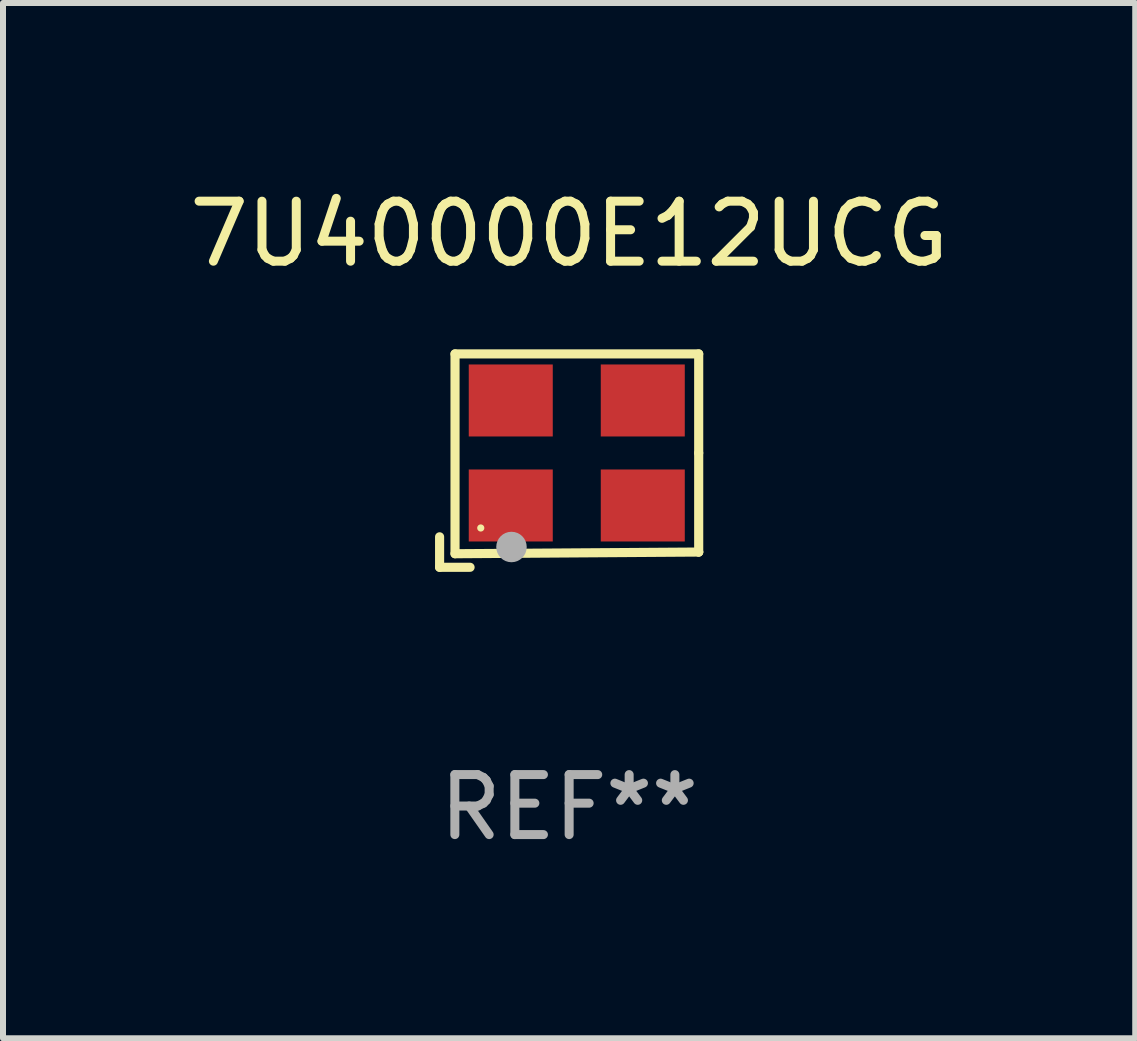
<source format=kicad_pcb>
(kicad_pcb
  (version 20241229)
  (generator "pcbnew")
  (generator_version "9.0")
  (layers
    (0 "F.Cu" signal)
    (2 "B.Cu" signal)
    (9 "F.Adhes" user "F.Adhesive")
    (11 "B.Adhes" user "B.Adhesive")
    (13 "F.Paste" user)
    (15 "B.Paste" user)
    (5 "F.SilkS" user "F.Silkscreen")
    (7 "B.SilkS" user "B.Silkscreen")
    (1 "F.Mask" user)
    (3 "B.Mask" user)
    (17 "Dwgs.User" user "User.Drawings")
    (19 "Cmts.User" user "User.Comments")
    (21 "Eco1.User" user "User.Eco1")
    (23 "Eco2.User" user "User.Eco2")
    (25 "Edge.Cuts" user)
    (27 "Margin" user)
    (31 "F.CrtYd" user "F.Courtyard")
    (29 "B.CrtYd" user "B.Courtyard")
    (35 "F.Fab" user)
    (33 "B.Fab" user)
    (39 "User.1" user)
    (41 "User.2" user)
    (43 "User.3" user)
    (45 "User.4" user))
  (footprint "7U40000E12UCG"
    (layer "F.Cu")
    (at 6.435 4.626)
    (property "Reference" "7U40000E12UCG" (at 0 -3.778 0) (layer "F.SilkS") (effects (font (size 1 1) (thickness 0.15))))
    (attr through_hole)
    (fp_line (start -2.159 1.27) (end -2.159 1.778) (stroke (width 0.152) (type solid)) (layer "F.SilkS"))
    (fp_line (start -2.159 1.778) (end -1.651 1.778) (stroke (width 0.152) (type solid)) (layer "F.SilkS"))
    (fp_line (start -1.902 -1.778) (end 2.159 -1.778) (stroke (width 0.152) (type solid)) (layer "F.SilkS"))
    (fp_line (start -1.902 1.552) (end -1.902 -1.778) (stroke (width 0.152) (type solid)) (layer "F.SilkS"))
    (fp_line (start 2.159 -1.778) (end 2.159 -0.127) (stroke (width 0.152) (type solid)) (layer "F.SilkS"))
    (fp_line (start 2.159 -0.127) (end 2.159 1.524) (stroke (width 0.152) (type solid)) (layer "F.SilkS"))
    (fp_line (start 2.159 1.524) (end -1.902 1.552) (stroke (width 0.152) (type solid)) (layer "F.SilkS"))
    (fp_line (start 2.159 1.524) (end 2.159 1.524) (stroke (width 0.152) (type solid)) (layer "F.SilkS"))
    (fp_circle (center -1.473 1.123) (end -1.443 1.123) (stroke (width 0.06) (type solid)) (fill no) (layer "F.SilkS"))
    (fp_circle (center -0.961 1.44) (end -0.834 1.44) (stroke (width 0.254) (type solid)) (fill no) (layer "F.Fab"))
    (fp_text user "REF**" (at 0 5.778 0) (layer "F.Fab") (effects (font (size 1 1) (thickness 0.15))))
    (pad "1" smd rect (at -0.973 0.748) (size 1.4 1.2) (layers "F.Cu" "F.Mask" "F.Paste"))
    (pad "2" smd rect (at 1.227 0.748) (size 1.4 1.2) (layers "F.Cu" "F.Mask" "F.Paste"))
    (pad "3" smd rect (at 1.227 -1.002) (size 1.4 1.2) (layers "F.Cu" "F.Mask" "F.Paste"))
    (pad "4" smd rect (at -0.973 -1.002) (size 1.4 1.2) (layers "F.Cu" "F.Mask" "F.Paste")))
  (gr_rect
    (start -3 -3)
    (end 15.869 14.253)
    (stroke (width 0.1) (type default))
    (fill no)
    (layer "Edge.Cuts")))
</source>
